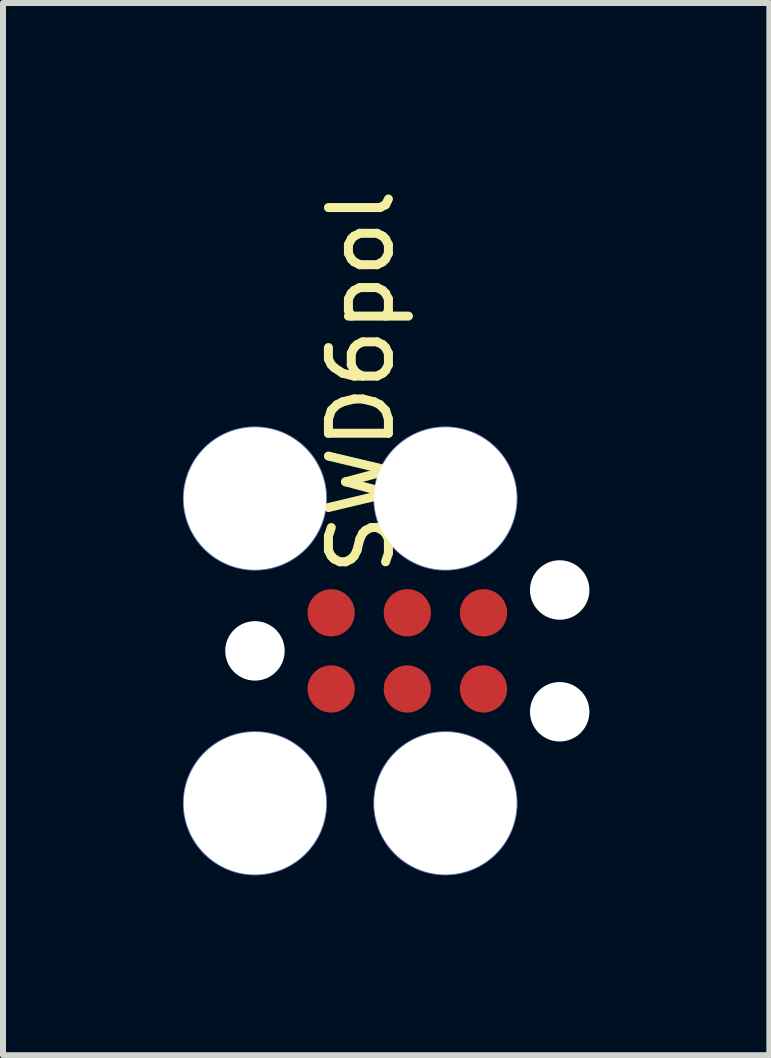
<source format=kicad_pcb>
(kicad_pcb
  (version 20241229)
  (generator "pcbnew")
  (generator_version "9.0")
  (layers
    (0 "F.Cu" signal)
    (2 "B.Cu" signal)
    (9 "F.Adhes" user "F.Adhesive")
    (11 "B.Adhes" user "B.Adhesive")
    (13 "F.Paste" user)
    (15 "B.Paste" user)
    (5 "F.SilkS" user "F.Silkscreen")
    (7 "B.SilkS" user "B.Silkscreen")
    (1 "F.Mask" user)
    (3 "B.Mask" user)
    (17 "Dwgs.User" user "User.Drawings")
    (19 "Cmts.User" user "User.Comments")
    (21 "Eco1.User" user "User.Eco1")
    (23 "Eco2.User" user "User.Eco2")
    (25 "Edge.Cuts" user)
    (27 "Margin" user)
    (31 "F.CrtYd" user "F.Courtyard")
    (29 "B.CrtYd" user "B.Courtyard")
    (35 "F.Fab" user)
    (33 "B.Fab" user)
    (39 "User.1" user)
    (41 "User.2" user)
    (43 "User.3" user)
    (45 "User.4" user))
  (footprint "SWD6pol"
    (layer "F.Cu")
    (at 2.47 8.435)
    (property "Reference" "SWD6pol" (at 0.5 -5.12 90) (layer "F.SilkS") (effects (font (size 1 1) (thickness 0.15))))
    (attr through_hole)
    (pad "" np_thru_hole circle (at -1.27 -3.175) (size 2.4 2.4) (drill 2.375) (layers "*.Cu" "*.Mask"))
    (pad "" np_thru_hole circle (at -1.27 -0.635) (size 0.991 0.991) (drill 0.991) (layers "*.Cu" "*.Mask"))
    (pad "" np_thru_hole circle (at -1.27 1.905) (size 2.4 2.4) (drill 2.375) (layers "*.Cu" "*.Mask"))
    (pad "" np_thru_hole circle (at 1.905 -3.175) (size 2.4 2.4) (drill 2.375) (layers "*.Cu" "*.Mask"))
    (pad "" np_thru_hole circle (at 1.905 1.905) (size 2.4 2.4) (drill 2.375) (layers "*.Cu" "*.Mask"))
    (pad "" np_thru_hole circle (at 3.81 -1.65) (size 0.991 0.991) (drill 0.991) (layers "*.Cu" "*.Mask"))
    (pad "" np_thru_hole circle (at 3.81 0.38) (size 0.991 0.991) (drill 0.991) (layers "*.Cu" "*.Mask"))
    (pad "1" smd circle (at 0 0) (size 0.787 0.787) (layers "F.Cu" "F.Mask"))
    (pad "2" smd circle (at 0 -1.27) (size 0.787 0.787) (layers "F.Cu" "F.Mask"))
    (pad "3" smd circle (at 1.27 0) (size 0.787 0.787) (layers "F.Cu" "F.Mask"))
    (pad "4" smd circle (at 1.27 -1.27) (size 0.787 0.787) (layers "F.Cu" "F.Mask"))
    (pad "5" smd circle (at 2.54 0) (size 0.787 0.787) (layers "F.Cu" "F.Mask"))
    (pad "6" smd circle (at 2.54 -1.27) (size 0.787 0.787) (layers "F.Cu" "F.Mask")))
  (gr_rect
    (start -3 -3)
    (end 9.775 14.54)
    (stroke (width 0.1) (type default))
    (fill no)
    (layer "Edge.Cuts")))
</source>
